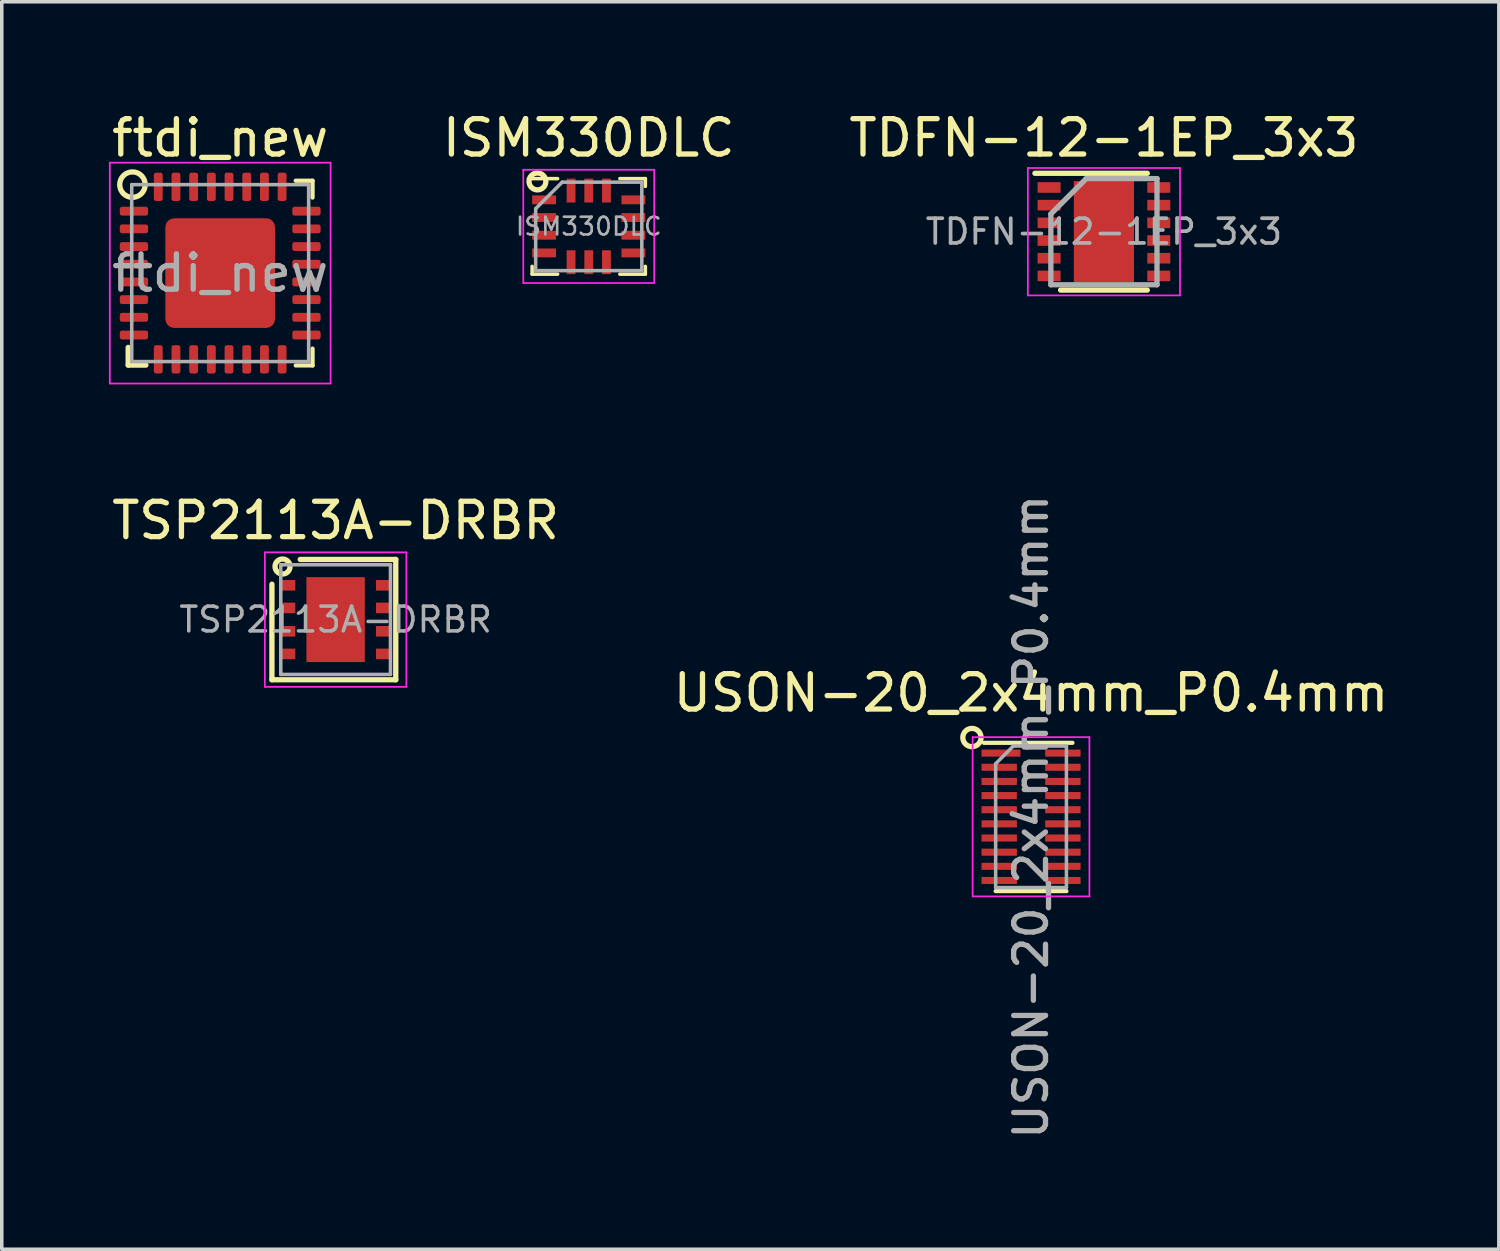
<source format=kicad_pcb>
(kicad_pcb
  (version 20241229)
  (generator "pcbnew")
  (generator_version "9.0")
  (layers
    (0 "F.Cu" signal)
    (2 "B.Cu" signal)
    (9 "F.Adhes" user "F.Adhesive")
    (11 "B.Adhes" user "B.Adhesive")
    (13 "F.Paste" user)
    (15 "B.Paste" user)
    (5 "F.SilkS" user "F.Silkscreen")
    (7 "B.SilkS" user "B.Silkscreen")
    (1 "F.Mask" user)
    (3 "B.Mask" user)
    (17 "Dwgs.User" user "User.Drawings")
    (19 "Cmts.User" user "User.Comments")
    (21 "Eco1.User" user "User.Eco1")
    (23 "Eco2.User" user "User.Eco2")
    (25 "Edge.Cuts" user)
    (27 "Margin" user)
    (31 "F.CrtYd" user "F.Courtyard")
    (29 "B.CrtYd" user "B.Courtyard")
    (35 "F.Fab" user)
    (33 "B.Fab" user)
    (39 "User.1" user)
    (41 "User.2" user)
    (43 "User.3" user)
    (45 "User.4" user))
  (footprint "ftdi_new"
    (layer "F.Cu")
    (at 3.173 4.668)
    (property "Reference" "ftdi_new" (at 0 -3.82 0) (layer "F.SilkS") (effects (font (size 1 1) (thickness 0.15))))
    (attr smd)
    (fp_line (start -2.6 2.6) (end -2.6 2.1) (stroke (width 0.15) (type solid)) (layer "F.SilkS"))
    (fp_line (start -2.1 2.6) (end -2.6 2.6) (stroke (width 0.15) (type solid)) (layer "F.SilkS"))
    (fp_line (start 2.135 -2.61) (end 2.61 -2.61) (stroke (width 0.12) (type solid)) (layer "F.SilkS"))
    (fp_line (start 2.135 2.61) (end 2.61 2.61) (stroke (width 0.12) (type solid)) (layer "F.SilkS"))
    (fp_line (start 2.61 -2.61) (end 2.61 -2.135) (stroke (width 0.12) (type solid)) (layer "F.SilkS"))
    (fp_line (start 2.61 2.61) (end 2.61 2.135) (stroke (width 0.12) (type solid)) (layer "F.SilkS"))
    (fp_circle (center -2.48 -2.5) (end -2.213 -2.741) (stroke (width 0.15) (type solid)) (fill no) (layer "F.SilkS"))
    (fp_line (start -3.12 -3.12) (end -3.12 3.12) (stroke (width 0.05) (type solid)) (layer "F.CrtYd"))
    (fp_line (start -3.12 3.12) (end 3.12 3.12) (stroke (width 0.05) (type solid)) (layer "F.CrtYd"))
    (fp_line (start 3.12 -3.12) (end -3.12 -3.12) (stroke (width 0.05) (type solid)) (layer "F.CrtYd"))
    (fp_line (start 3.12 3.12) (end 3.12 -3.12) (stroke (width 0.05) (type solid)) (layer "F.CrtYd"))
    (fp_line (start -2.5 -2.5) (end -1.5 -2.5) (stroke (width 0.1) (type solid)) (layer "F.Fab"))
    (fp_line (start -2.5 2.5) (end -2.5 -2.5) (stroke (width 0.1) (type solid)) (layer "F.Fab"))
    (fp_line (start -1.5 -2.5) (end 2.5 -2.5) (stroke (width 0.1) (type solid)) (layer "F.Fab"))
    (fp_line (start 2.5 -2.5) (end 2.5 2.5) (stroke (width 0.1) (type solid)) (layer "F.Fab"))
    (fp_line (start 2.5 2.5) (end -2.5 2.5) (stroke (width 0.1) (type solid)) (layer "F.Fab"))
    (fp_text user "${REFERENCE}" (at 0 0 0) (layer "F.Fab") (effects (font (size 1 1) (thickness 0.15))))
    (pad "1" smd roundrect (at -2.438 -1.75) (size 0.8 0.25) (layers "F.Cu" "F.Mask" "F.Paste") (roundrect_rratio 0.25))
    (pad "2" smd roundrect (at -2.438 -1.25) (size 0.8 0.25) (layers "F.Cu" "F.Mask" "F.Paste") (roundrect_rratio 0.25))
    (pad "3" smd roundrect (at -2.438 -0.75) (size 0.8 0.25) (layers "F.Cu" "F.Mask" "F.Paste") (roundrect_rratio 0.25))
    (pad "4" smd roundrect (at -2.438 -0.25) (size 0.8 0.25) (layers "F.Cu" "F.Mask" "F.Paste") (roundrect_rratio 0.25))
    (pad "5" smd roundrect (at -2.438 0.25) (size 0.8 0.25) (layers "F.Cu" "F.Mask" "F.Paste") (roundrect_rratio 0.25))
    (pad "6" smd roundrect (at -2.438 0.75) (size 0.8 0.25) (layers "F.Cu" "F.Mask" "F.Paste") (roundrect_rratio 0.25))
    (pad "7" smd roundrect (at -2.438 1.25) (size 0.8 0.25) (layers "F.Cu" "F.Mask" "F.Paste") (roundrect_rratio 0.25))
    (pad "8" smd roundrect (at -2.438 1.75) (size 0.8 0.25) (layers "F.Cu" "F.Mask" "F.Paste") (roundrect_rratio 0.25))
    (pad "9" smd roundrect (at -1.75 2.438) (size 0.25 0.8) (layers "F.Cu" "F.Mask" "F.Paste") (roundrect_rratio 0.25))
    (pad "10" smd roundrect (at -1.25 2.438) (size 0.25 0.8) (layers "F.Cu" "F.Mask" "F.Paste") (roundrect_rratio 0.25))
    (pad "11" smd roundrect (at -0.75 2.438) (size 0.25 0.8) (layers "F.Cu" "F.Mask" "F.Paste") (roundrect_rratio 0.25))
    (pad "12" smd roundrect (at -0.25 2.438) (size 0.25 0.8) (layers "F.Cu" "F.Mask" "F.Paste") (roundrect_rratio 0.25))
    (pad "13" smd roundrect (at 0.25 2.438) (size 0.25 0.8) (layers "F.Cu" "F.Mask" "F.Paste") (roundrect_rratio 0.25))
    (pad "14" smd roundrect (at 0.75 2.438) (size 0.25 0.8) (layers "F.Cu" "F.Mask" "F.Paste") (roundrect_rratio 0.25))
    (pad "15" smd roundrect (at 1.25 2.438) (size 0.25 0.8) (layers "F.Cu" "F.Mask" "F.Paste") (roundrect_rratio 0.25))
    (pad "16" smd roundrect (at 1.75 2.438) (size 0.25 0.8) (layers "F.Cu" "F.Mask" "F.Paste") (roundrect_rratio 0.25))
    (pad "17" smd roundrect (at 2.438 1.75) (size 0.8 0.25) (layers "F.Cu" "F.Mask" "F.Paste") (roundrect_rratio 0.25))
    (pad "18" smd roundrect (at 2.438 1.25) (size 0.8 0.25) (layers "F.Cu" "F.Mask" "F.Paste") (roundrect_rratio 0.25))
    (pad "19" smd roundrect (at 2.438 0.75) (size 0.8 0.25) (layers "F.Cu" "F.Mask" "F.Paste") (roundrect_rratio 0.25))
    (pad "20" smd roundrect (at 2.438 0.25) (size 0.8 0.25) (layers "F.Cu" "F.Mask" "F.Paste") (roundrect_rratio 0.25))
    (pad "21" smd roundrect (at 2.438 -0.25) (size 0.8 0.25) (layers "F.Cu" "F.Mask" "F.Paste") (roundrect_rratio 0.25))
    (pad "22" smd roundrect (at 2.438 -0.75) (size 0.8 0.25) (layers "F.Cu" "F.Mask" "F.Paste") (roundrect_rratio 0.25))
    (pad "23" smd roundrect (at 2.438 -1.25) (size 0.8 0.25) (layers "F.Cu" "F.Mask" "F.Paste") (roundrect_rratio 0.25))
    (pad "24" smd roundrect (at 2.438 -1.75) (size 0.8 0.25) (layers "F.Cu" "F.Mask" "F.Paste") (roundrect_rratio 0.25))
    (pad "25" smd roundrect (at 1.75 -2.438) (size 0.25 0.8) (layers "F.Cu" "F.Mask" "F.Paste") (roundrect_rratio 0.25))
    (pad "26" smd roundrect (at 1.25 -2.438) (size 0.25 0.8) (layers "F.Cu" "F.Mask" "F.Paste") (roundrect_rratio 0.25))
    (pad "27" smd roundrect (at 0.75 -2.438) (size 0.25 0.8) (layers "F.Cu" "F.Mask" "F.Paste") (roundrect_rratio 0.25))
    (pad "28" smd roundrect (at 0.25 -2.438) (size 0.25 0.8) (layers "F.Cu" "F.Mask" "F.Paste") (roundrect_rratio 0.25))
    (pad "29" smd roundrect (at -0.25 -2.438) (size 0.25 0.8) (layers "F.Cu" "F.Mask" "F.Paste") (roundrect_rratio 0.25))
    (pad "30" smd roundrect (at -0.75 -2.438) (size 0.25 0.8) (layers "F.Cu" "F.Mask" "F.Paste") (roundrect_rratio 0.25))
    (pad "31" smd roundrect (at -1.25 -2.438) (size 0.25 0.8) (layers "F.Cu" "F.Mask" "F.Paste") (roundrect_rratio 0.25))
    (pad "32" smd roundrect (at -1.75 -2.438) (size 0.25 0.8) (layers "F.Cu" "F.Mask" "F.Paste") (roundrect_rratio 0.25))
    (pad "33" smd roundrect (at 0 0) (size 3.1 3.1) (layers "F.Cu" "F.Mask") (roundrect_rratio 0.081)))
  (footprint "TDFN-12-1EP_3x3"
    (layer "F.Cu")
    (at 28.149 3.498)
    (property "Reference" "TDFN-12-1EP_3x3" (at 0 -2.65 0) (layer "F.SilkS") (effects (font (size 1 1) (thickness 0.15))))
    (attr smd)
    (fp_line (start -1.95 -1.65) (end 1.225 -1.65) (stroke (width 0.15) (type solid)) (layer "F.SilkS"))
    (fp_line (start -1.225 1.65) (end 1.225 1.65) (stroke (width 0.15) (type solid)) (layer "F.SilkS"))
    (fp_line (start -2.15 -1.8) (end -2.15 1.8) (stroke (width 0.05) (type solid)) (layer "F.CrtYd"))
    (fp_line (start -2.15 -1.8) (end 2.15 -1.8) (stroke (width 0.05) (type solid)) (layer "F.CrtYd"))
    (fp_line (start -2.15 1.8) (end 2.15 1.8) (stroke (width 0.05) (type solid)) (layer "F.CrtYd"))
    (fp_line (start 2.15 -1.8) (end 2.15 1.8) (stroke (width 0.05) (type solid)) (layer "F.CrtYd"))
    (fp_line (start -1.5 -0.5) (end -0.5 -1.5) (stroke (width 0.15) (type solid)) (layer "F.Fab"))
    (fp_line (start -1.5 1.5) (end -1.5 -0.5) (stroke (width 0.15) (type solid)) (layer "F.Fab"))
    (fp_line (start -0.5 -1.5) (end 1.5 -1.5) (stroke (width 0.15) (type solid)) (layer "F.Fab"))
    (fp_line (start 1.5 -1.5) (end 1.5 1.5) (stroke (width 0.15) (type solid)) (layer "F.Fab"))
    (fp_line (start 1.5 1.5) (end -1.5 1.5) (stroke (width 0.15) (type solid)) (layer "F.Fab"))
    (fp_text user "${REFERENCE}" (at 0 0 0) (layer "F.Fab") (effects (font (size 0.7 0.7) (thickness 0.105))))
    (pad "1" smd rect (at -1.55 -1.25) (size 0.65 0.3) (layers "F.Cu" "F.Mask" "F.Paste"))
    (pad "2" smd rect (at -1.55 -0.75) (size 0.65 0.3) (layers "F.Cu" "F.Mask" "F.Paste"))
    (pad "3" smd rect (at -1.55 -0.25) (size 0.65 0.3) (layers "F.Cu" "F.Mask" "F.Paste"))
    (pad "4" smd rect (at -1.55 0.25) (size 0.65 0.3) (layers "F.Cu" "F.Mask" "F.Paste"))
    (pad "5" smd rect (at -1.55 0.75) (size 0.65 0.3) (layers "F.Cu" "F.Mask" "F.Paste"))
    (pad "6" smd rect (at -1.55 1.25) (size 0.65 0.3) (layers "F.Cu" "F.Mask" "F.Paste"))
    (pad "7" smd rect (at 1.55 1.25) (size 0.65 0.3) (layers "F.Cu" "F.Mask" "F.Paste"))
    (pad "8" smd rect (at 1.55 0.75) (size 0.65 0.3) (layers "F.Cu" "F.Mask" "F.Paste"))
    (pad "9" smd rect (at 1.55 0.25) (size 0.65 0.3) (layers "F.Cu" "F.Mask" "F.Paste"))
    (pad "10" smd rect (at 1.55 -0.25) (size 0.65 0.3) (layers "F.Cu" "F.Mask" "F.Paste"))
    (pad "11" smd rect (at 1.55 -0.75) (size 0.65 0.3) (layers "F.Cu" "F.Mask" "F.Paste"))
    (pad "12" smd rect (at 1.55 -1.25) (size 0.65 0.3) (layers "F.Cu" "F.Mask" "F.Paste"))
    (pad "13" smd rect (at 0 0) (size 1.7 2.86) (layers "F.Cu" "F.Mask")))
  (footprint "ISM330DLC"
    (layer "F.Cu")
    (at 13.589 3.348)
    (property "Reference" "ISM330DLC" (at 0 -2.5 0) (layer "F.SilkS") (effects (font (size 1 1) (thickness 0.15))))
    (attr smd)
    (fp_line (start -1.7 -1.35) (end -0.88 -1.35) (stroke (width 0.1) (type solid)) (layer "F.SilkS"))
    (fp_line (start -1.6 1.35) (end -1.6 1.13) (stroke (width 0.1) (type solid)) (layer "F.SilkS"))
    (fp_line (start -1.6 1.35) (end -0.88 1.35) (stroke (width 0.1) (type solid)) (layer "F.SilkS"))
    (fp_line (start 0.88 -1.35) (end 1.6 -1.35) (stroke (width 0.1) (type solid)) (layer "F.SilkS"))
    (fp_line (start 1.6 -1.35) (end 1.6 -1.13) (stroke (width 0.1) (type solid)) (layer "F.SilkS"))
    (fp_line (start 1.6 1.13) (end 1.6 1.35) (stroke (width 0.1) (type solid)) (layer "F.SilkS"))
    (fp_line (start 1.6 1.35) (end 0.88 1.35) (stroke (width 0.1) (type solid)) (layer "F.SilkS"))
    (fp_circle (center -1.45 -1.27) (end -1.25 -1.4) (stroke (width 0.15) (type solid)) (fill no) (layer "F.SilkS"))
    (fp_line (start -1.85 -1.6) (end 1.85 -1.6) (stroke (width 0.05) (type solid)) (layer "F.CrtYd"))
    (fp_line (start -1.85 1.6) (end -1.85 -1.6) (stroke (width 0.05) (type solid)) (layer "F.CrtYd"))
    (fp_line (start 1.85 -1.6) (end 1.85 1.6) (stroke (width 0.05) (type solid)) (layer "F.CrtYd"))
    (fp_line (start 1.85 1.6) (end -1.85 1.6) (stroke (width 0.05) (type solid)) (layer "F.CrtYd"))
    (fp_line (start -1.5 1.25) (end -1.5 -0.5) (stroke (width 0.1) (type solid)) (layer "F.Fab"))
    (fp_line (start -0.75 -1.25) (end -1.5 -0.5) (stroke (width 0.1) (type solid)) (layer "F.Fab"))
    (fp_line (start -0.75 -1.25) (end 1.5 -1.25) (stroke (width 0.1) (type solid)) (layer "F.Fab"))
    (fp_line (start 1.5 -1.25) (end 1.5 1.25) (stroke (width 0.1) (type solid)) (layer "F.Fab"))
    (fp_line (start 1.5 1.25) (end -1.5 1.25) (stroke (width 0.1) (type solid)) (layer "F.Fab"))
    (fp_text user "${REFERENCE}" (at 0 0 0) (layer "F.Fab") (effects (font (size 0.5 0.5) (thickness 0.075))))
    (pad "1" smd rect (at -1.262 -0.75) (size 0.675 0.25) (layers "F.Cu" "F.Mask" "F.Paste"))
    (pad "2" smd rect (at -1.262 -0.25) (size 0.675 0.25) (layers "F.Cu" "F.Mask" "F.Paste"))
    (pad "3" smd rect (at -1.262 0.25) (size 0.675 0.25) (layers "F.Cu" "F.Mask" "F.Paste"))
    (pad "4" smd rect (at -1.262 0.75) (size 0.675 0.25) (layers "F.Cu" "F.Mask" "F.Paste"))
    (pad "5" smd rect (at -0.5 1.012) (size 0.25 0.675) (layers "F.Cu" "F.Mask" "F.Paste"))
    (pad "6" smd rect (at 0 1.012) (size 0.25 0.675) (layers "F.Cu" "F.Mask" "F.Paste"))
    (pad "7" smd rect (at 0.5 1.012) (size 0.25 0.675) (layers "F.Cu" "F.Mask" "F.Paste"))
    (pad "8" smd rect (at 1.262 0.75) (size 0.675 0.25) (layers "F.Cu" "F.Mask" "F.Paste"))
    (pad "9" smd rect (at 1.262 0.25) (size 0.675 0.25) (layers "F.Cu" "F.Mask" "F.Paste"))
    (pad "10" smd rect (at 1.262 -0.25) (size 0.675 0.25) (layers "F.Cu" "F.Mask" "F.Paste"))
    (pad "11" smd rect (at 1.262 -0.75) (size 0.675 0.25) (layers "F.Cu" "F.Mask" "F.Paste"))
    (pad "12" smd rect (at 0.5 -1.012) (size 0.25 0.675) (layers "F.Cu" "F.Mask" "F.Paste"))
    (pad "13" smd rect (at 0 -1.012) (size 0.25 0.675) (layers "F.Cu" "F.Mask" "F.Paste"))
    (pad "14" smd rect (at -0.5 -1.012) (size 0.25 0.675) (layers "F.Cu" "F.Mask" "F.Paste")))
  (footprint "USON-20_2x4mm_P0.4mm"
    (layer "F.Cu")
    (at 26.089 20.034)
    (property "Reference" "USON-20_2x4mm_P0.4mm" (at 0 -3.5 0) (layer "F.SilkS") (effects (font (size 1 1) (thickness 0.15))))
    (attr smd)
    (fp_line (start 1 2.1) (end -1 2.1) (stroke (width 0.12) (type solid)) (layer "F.SilkS"))
    (fp_line (start 1.17 -2.09) (end -1.33 -2.09) (stroke (width 0.12) (type solid)) (layer "F.SilkS"))
    (fp_circle (center -1.67 -2.24) (end -1.46 -2.09) (stroke (width 0.15) (type solid)) (fill no) (layer "F.SilkS"))
    (fp_line (start -1.65 -2.25) (end 1.65 -2.25) (stroke (width 0.05) (type solid)) (layer "F.CrtYd"))
    (fp_line (start -1.65 2.25) (end -1.65 -2.25) (stroke (width 0.05) (type solid)) (layer "F.CrtYd"))
    (fp_line (start 1.65 -2.25) (end 1.65 2.25) (stroke (width 0.05) (type solid)) (layer "F.CrtYd"))
    (fp_line (start 1.65 2.25) (end -1.65 2.25) (stroke (width 0.05) (type solid)) (layer "F.CrtYd"))
    (fp_line (start -1 2) (end -1 -1.5) (stroke (width 0.1) (type solid)) (layer "F.Fab"))
    (fp_line (start -0.5 -2) (end -1 -1.5) (stroke (width 0.1) (type solid)) (layer "F.Fab"))
    (fp_line (start -0.5 -2) (end 1 -2) (stroke (width 0.1) (type solid)) (layer "F.Fab"))
    (fp_line (start 1 -2) (end 1 2) (stroke (width 0.1) (type solid)) (layer "F.Fab"))
    (fp_line (start 1 2) (end -1 2) (stroke (width 0.1) (type solid)) (layer "F.Fab"))
    (fp_text user "${REFERENCE}" (at 0 0 90) (layer "F.Fab") (effects (font (size 0.9 0.9) (thickness 0.15))))
    (pad "1" smd rect (at -0.85 -1.8 270) (size 0.2 1.1) (layers "F.Cu" "F.Mask" "F.Paste"))
    (pad "2" smd rect (at -0.9 -1.4 270) (size 0.2 1) (layers "F.Cu" "F.Mask" "F.Paste"))
    (pad "3" smd rect (at -0.9 -1 270) (size 0.2 1) (layers "F.Cu" "F.Mask" "F.Paste"))
    (pad "4" smd rect (at -0.9 -0.6 270) (size 0.2 1) (layers "F.Cu" "F.Mask" "F.Paste"))
    (pad "5" smd rect (at -0.9 -0.2 270) (size 0.2 1) (layers "F.Cu" "F.Mask" "F.Paste"))
    (pad "6" smd rect (at -0.9 0.2 270) (size 0.2 1) (layers "F.Cu" "F.Mask" "F.Paste"))
    (pad "7" smd rect (at -0.9 0.6 270) (size 0.2 1) (layers "F.Cu" "F.Mask" "F.Paste"))
    (pad "8" smd rect (at -0.9 1 270) (size 0.2 1) (layers "F.Cu" "F.Mask" "F.Paste"))
    (pad "9" smd rect (at -0.9 1.4 270) (size 0.2 1) (layers "F.Cu" "F.Mask" "F.Paste"))
    (pad "10" smd rect (at -0.9 1.8 270) (size 0.2 1) (layers "F.Cu" "F.Mask" "F.Paste"))
    (pad "11" smd rect (at 0.9 1.8 270) (size 0.2 1) (layers "F.Cu" "F.Mask" "F.Paste"))
    (pad "12" smd rect (at 0.9 1.4 270) (size 0.2 1) (layers "F.Cu" "F.Mask" "F.Paste"))
    (pad "13" smd rect (at 0.9 1 270) (size 0.2 1) (layers "F.Cu" "F.Mask" "F.Paste"))
    (pad "14" smd rect (at 0.9 0.6 270) (size 0.2 1) (layers "F.Cu" "F.Mask" "F.Paste"))
    (pad "15" smd rect (at 0.9 0.2 270) (size 0.2 1) (layers "F.Cu" "F.Mask" "F.Paste"))
    (pad "16" smd rect (at 0.9 -0.2 270) (size 0.2 1) (layers "F.Cu" "F.Mask" "F.Paste"))
    (pad "17" smd rect (at 0.9 -0.6 270) (size 0.2 1) (layers "F.Cu" "F.Mask" "F.Paste"))
    (pad "18" smd rect (at 0.9 -1 270) (size 0.2 1) (layers "F.Cu" "F.Mask" "F.Paste"))
    (pad "19" smd rect (at 0.9 -1.4 270) (size 0.2 1) (layers "F.Cu" "F.Mask" "F.Paste"))
    (pad "20" smd rect (at 0.9 -1.8 270) (size 0.2 1) (layers "F.Cu" "F.Mask" "F.Paste")))
  (footprint "TSP2113A-DRBR"
    (layer "F.Cu")
    (at 6.435 14.461)
    (property "Reference" "TSP2113A-DRBR" (at 0 -2.8 0) (layer "F.SilkS") (effects (font (size 1 1) (thickness 0.15))))
    (attr smd)
    (fp_line (start -1.8 1.7) (end -1.8 -1) (stroke (width 0.15) (type solid)) (layer "F.SilkS"))
    (fp_line (start 1.7 -1.7) (end -1 -1.7) (stroke (width 0.15) (type solid)) (layer "F.SilkS"))
    (fp_line (start 1.7 1.7) (end -1.8 1.7) (stroke (width 0.15) (type solid)) (layer "F.SilkS"))
    (fp_line (start 1.7 1.7) (end 1.7 -1.7) (stroke (width 0.15) (type solid)) (layer "F.SilkS"))
    (fp_circle (center -1.5 -1.5) (end -1.35 -1.65) (stroke (width 0.15) (type solid)) (fill no) (layer "F.SilkS"))
    (fp_line (start -2 -1.9) (end -2 1.9) (stroke (width 0.05) (type solid)) (layer "F.CrtYd"))
    (fp_line (start -2 -1.9) (end 2 -1.9) (stroke (width 0.05) (type solid)) (layer "F.CrtYd"))
    (fp_line (start -2 1.9) (end 2 1.9) (stroke (width 0.05) (type solid)) (layer "F.CrtYd"))
    (fp_line (start 2 -1.9) (end 2 1.9) (stroke (width 0.05) (type solid)) (layer "F.CrtYd"))
    (fp_line (start -1.55 -1.55) (end 1.55 -1.55) (stroke (width 0.1) (type solid)) (layer "F.Fab"))
    (fp_line (start -1.55 1.55) (end -1.55 -1.55) (stroke (width 0.1) (type solid)) (layer "F.Fab"))
    (fp_line (start 1.55 -1.55) (end 1.55 1.55) (stroke (width 0.1) (type solid)) (layer "F.Fab"))
    (fp_line (start 1.55 1.55) (end -1.55 1.55) (stroke (width 0.1) (type solid)) (layer "F.Fab"))
    (fp_text user "${REFERENCE}" (at 0 0 0) (layer "F.Fab") (effects (font (size 0.7 0.7) (thickness 0.1))))
    (pad "1" smd rect (at -1.34 -0.97) (size 0.4 0.3) (layers "F.Cu" "F.Mask" "F.Paste"))
    (pad "2" smd rect (at -1.34 -0.33) (size 0.4 0.3) (layers "F.Cu" "F.Mask" "F.Paste"))
    (pad "3" smd rect (at -1.34 0.33) (size 0.4 0.3) (layers "F.Cu" "F.Mask" "F.Paste"))
    (pad "4" smd rect (at -1.34 0.97) (size 0.4 0.3) (layers "F.Cu" "F.Mask" "F.Paste"))
    (pad "5" smd rect (at 1.34 0.97) (size 0.4 0.3) (layers "F.Cu" "F.Mask" "F.Paste"))
    (pad "6" smd rect (at 1.34 0.33) (size 0.4 0.3) (layers "F.Cu" "F.Mask" "F.Paste"))
    (pad "7" smd rect (at 1.34 -0.33) (size 0.4 0.3) (layers "F.Cu" "F.Mask" "F.Paste"))
    (pad "8" smd rect (at 1.34 -0.97) (size 0.4 0.3) (layers "F.Cu" "F.Mask" "F.Paste"))
    (pad "9" smd rect (at 0 0) (size 1.65 2.4) (layers "F.Cu" "F.Mask" "F.Paste")))
  (gr_rect
    (start -3 -3)
    (end 39.31 32.255)
    (stroke (width 0.1) (type default))
    (fill no)
    (layer "Edge.Cuts")))
</source>
